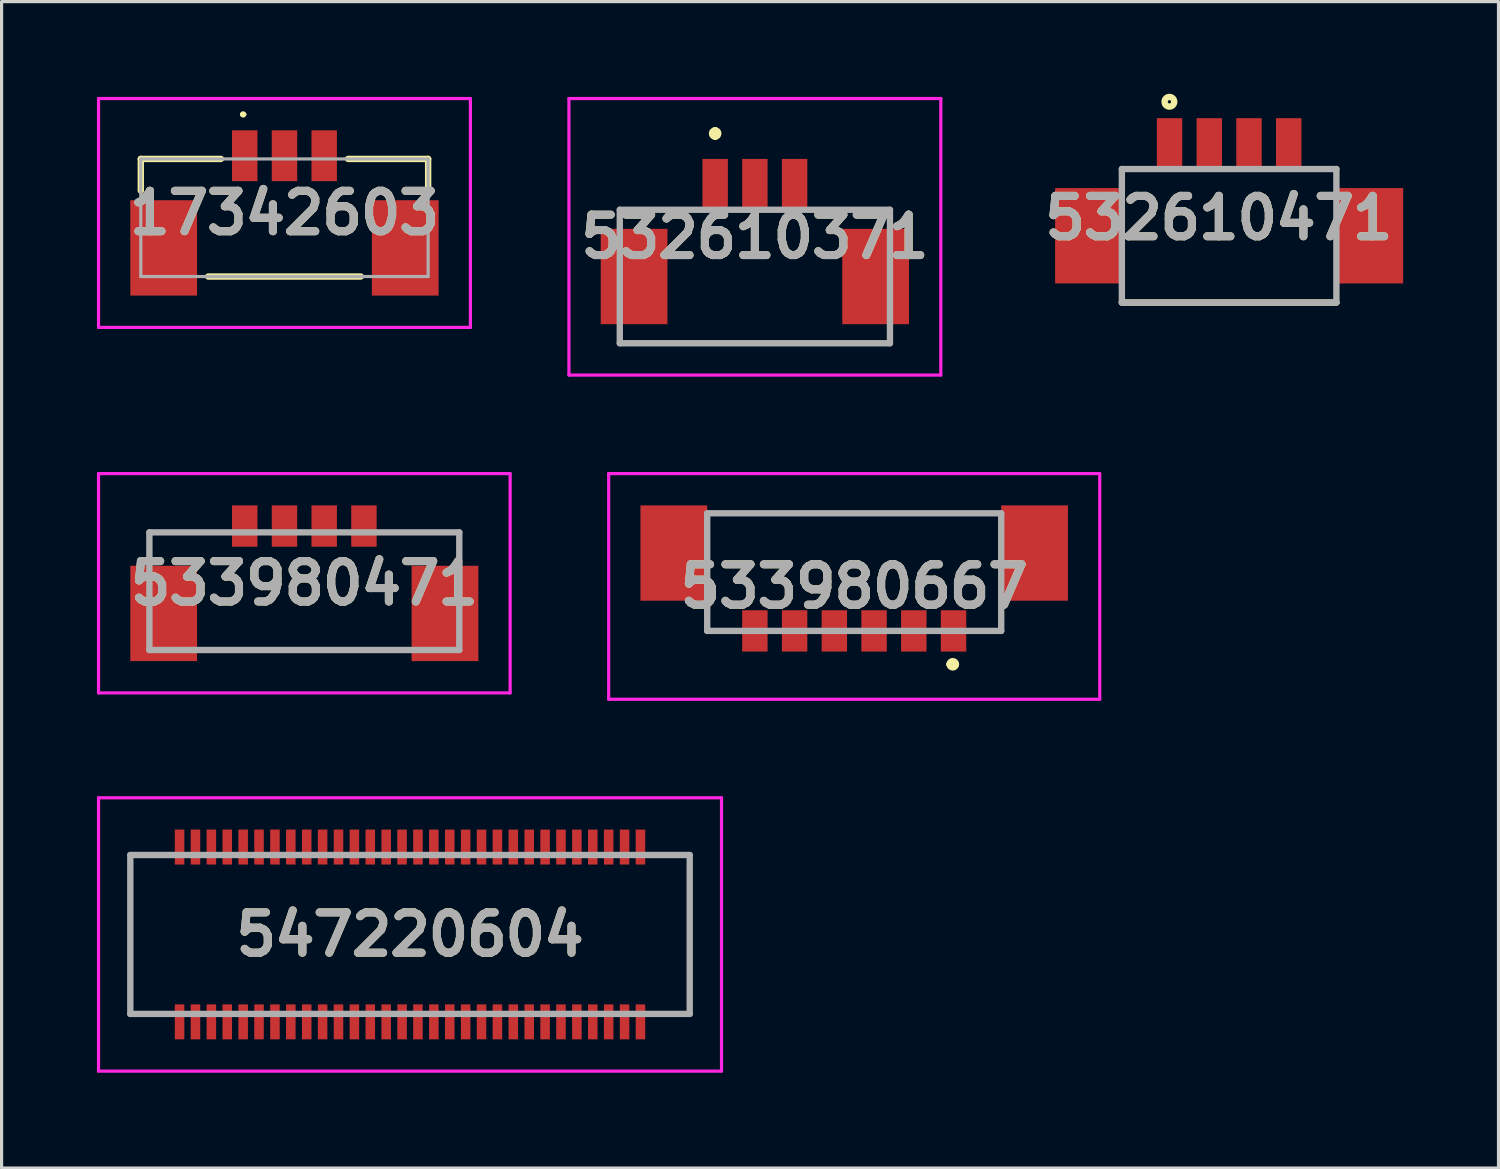
<source format=kicad_pcb>
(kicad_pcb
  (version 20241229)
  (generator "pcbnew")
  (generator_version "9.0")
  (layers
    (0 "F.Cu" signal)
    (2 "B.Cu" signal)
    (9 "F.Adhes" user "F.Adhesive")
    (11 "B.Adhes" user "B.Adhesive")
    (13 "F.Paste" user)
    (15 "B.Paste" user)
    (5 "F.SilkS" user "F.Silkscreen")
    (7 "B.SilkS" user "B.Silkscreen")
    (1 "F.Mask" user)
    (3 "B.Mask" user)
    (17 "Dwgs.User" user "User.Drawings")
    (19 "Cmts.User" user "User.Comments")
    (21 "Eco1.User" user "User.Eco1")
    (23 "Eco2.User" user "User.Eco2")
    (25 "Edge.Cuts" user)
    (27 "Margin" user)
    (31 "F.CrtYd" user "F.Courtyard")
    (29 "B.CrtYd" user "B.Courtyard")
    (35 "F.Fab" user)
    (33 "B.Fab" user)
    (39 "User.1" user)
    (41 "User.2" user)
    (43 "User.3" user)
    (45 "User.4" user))
  (footprint "532610371"
    (layer "F.Cu")
    (at 20.7 5.65)
    (property "Reference" "532610371" (at 0 -1.25 0) (layer "F.SilkS") (effects (font (size 1.27 1.27) (thickness 0.254))))
    (attr smd)
    (fp_line (start -4.25 2.1) (end 4.25 2.1) (stroke (width 0.1) (type solid)) (layer "F.SilkS"))
    (fp_line (start -1.25 -4.6) (end -1.25 -4.6) (stroke (width 0.2) (type solid)) (layer "F.SilkS"))
    (fp_line (start -1.25 -4.4) (end -1.25 -4.4) (stroke (width 0.2) (type solid)) (layer "F.SilkS"))
    (fp_arc (start -1.25 -4.6) (mid -1.15 -4.5) (end -1.25 -4.4) (stroke (width 0.2) (type solid)) (layer "F.SilkS"))
    (fp_arc (start -1.25 -4.4) (mid -1.35 -4.5) (end -1.25 -4.6) (stroke (width 0.2) (type solid)) (layer "F.SilkS"))
    (fp_line (start -5.85 -5.6) (end 5.85 -5.6) (stroke (width 0.1) (type solid)) (layer "F.CrtYd"))
    (fp_line (start -5.85 3.1) (end -5.85 -5.6) (stroke (width 0.1) (type solid)) (layer "F.CrtYd"))
    (fp_line (start 5.85 -5.6) (end 5.85 3.1) (stroke (width 0.1) (type solid)) (layer "F.CrtYd"))
    (fp_line (start 5.85 3.1) (end -5.85 3.1) (stroke (width 0.1) (type solid)) (layer "F.CrtYd"))
    (fp_line (start -4.25 -2.1) (end 4.25 -2.1) (stroke (width 0.2) (type solid)) (layer "F.Fab"))
    (fp_line (start -4.25 2.1) (end -4.25 -2.1) (stroke (width 0.2) (type solid)) (layer "F.Fab"))
    (fp_line (start 4.25 -2.1) (end 4.25 2.1) (stroke (width 0.2) (type solid)) (layer "F.Fab"))
    (fp_line (start 4.25 2.1) (end -4.25 2.1) (stroke (width 0.2) (type solid)) (layer "F.Fab"))
    (fp_text user "${REFERENCE}" (at 0 -1.25 0) (layer "F.Fab") (effects (font (size 1.27 1.27) (thickness 0.254))))
    (pad "1" smd rect (at -1.25 -2.9) (size 0.8 1.6) (layers "F.Cu" "F.Mask" "F.Paste"))
    (pad "2" smd rect (at 0 -2.9) (size 0.8 1.6) (layers "F.Cu" "F.Mask" "F.Paste"))
    (pad "3" smd rect (at 1.25 -2.9) (size 0.8 1.6) (layers "F.Cu" "F.Mask" "F.Paste"))
    (pad "MP1" smd rect (at -3.8 0) (size 2.1 3) (layers "F.Cu" "F.Mask" "F.Paste"))
    (pad "MP2" smd rect (at 3.8 0) (size 2.1 3) (layers "F.Cu" "F.Mask" "F.Paste")))
  (footprint "533980471"
    (layer "F.Cu")
    (at 6.525 13.7)
    (property "Reference" "533980471" (at 0 1.6 0) (layer "F.SilkS") (effects (font (size 1.27 1.27) (thickness 0.254))))
    (attr smd)
    (fp_line (start -4.875 0) (end -4.875 0.5) (stroke (width 0.1) (type solid)) (layer "F.SilkS"))
    (fp_line (start -3 3.7) (end 3 3.7) (stroke (width 0.1) (type solid)) (layer "F.SilkS"))
    (fp_line (start -2.5 0) (end -4.875 0) (stroke (width 0.1) (type solid)) (layer "F.SilkS"))
    (fp_line (start 2.5 0) (end 4.875 0) (stroke (width 0.1) (type solid)) (layer "F.SilkS"))
    (fp_line (start 4.875 0) (end 4.875 0.5) (stroke (width 0.1) (type solid)) (layer "F.SilkS"))
    (fp_line (start -6.475 -1.85) (end 6.475 -1.85) (stroke (width 0.1) (type solid)) (layer "F.CrtYd"))
    (fp_line (start -6.475 5.05) (end -6.475 -1.85) (stroke (width 0.1) (type solid)) (layer "F.CrtYd"))
    (fp_line (start 6.475 -1.85) (end 6.475 5.05) (stroke (width 0.1) (type solid)) (layer "F.CrtYd"))
    (fp_line (start 6.475 5.05) (end -6.475 5.05) (stroke (width 0.1) (type solid)) (layer "F.CrtYd"))
    (fp_line (start -4.875 0) (end 4.875 0) (stroke (width 0.2) (type solid)) (layer "F.Fab"))
    (fp_line (start -4.875 3.7) (end -4.875 0) (stroke (width 0.2) (type solid)) (layer "F.Fab"))
    (fp_line (start 4.875 0) (end 4.875 3.7) (stroke (width 0.2) (type solid)) (layer "F.Fab"))
    (fp_line (start 4.875 3.7) (end -4.875 3.7) (stroke (width 0.2) (type solid)) (layer "F.Fab"))
    (fp_text user "${REFERENCE}" (at 0 1.6 0) (layer "F.Fab") (effects (font (size 1.27 1.27) (thickness 0.254))))
    (pad "1" smd rect (at -1.875 -0.2) (size 0.8 1.3) (layers "F.Cu" "F.Mask" "F.Paste"))
    (pad "2" smd rect (at -0.625 -0.2) (size 0.8 1.3) (layers "F.Cu" "F.Mask" "F.Paste"))
    (pad "3" smd rect (at 0.625 -0.2) (size 0.8 1.3) (layers "F.Cu" "F.Mask" "F.Paste"))
    (pad "4" smd rect (at 1.875 -0.2) (size 0.8 1.3) (layers "F.Cu" "F.Mask" "F.Paste"))
    (pad "MP1" smd rect (at -4.425 2.55) (size 2.1 3) (layers "F.Cu" "F.Mask" "F.Paste"))
    (pad "MP2" smd rect (at 4.425 2.55) (size 2.1 3) (layers "F.Cu" "F.Mask" "F.Paste")))
  (footprint "533980667"
    (layer "F.Cu")
    (at 23.825 14.95)
    (property "Reference" "533980667" (at 0 0.45 0) (layer "F.SilkS") (effects (font (size 1.27 1.27) (thickness 0.254))))
    (attr smd)
    (fp_line (start -4.625 1.85) (end -4.625 1.35) (stroke (width 0.1) (type solid)) (layer "F.SilkS"))
    (fp_line (start -4 -1.85) (end 4 -1.85) (stroke (width 0.1) (type solid)) (layer "F.SilkS"))
    (fp_line (start -4 1.85) (end -4.625 1.85) (stroke (width 0.1) (type solid)) (layer "F.SilkS"))
    (fp_line (start 3 2.9) (end 3 2.9) (stroke (width 0.2) (type solid)) (layer "F.SilkS"))
    (fp_line (start 3.2 2.9) (end 3.2 2.9) (stroke (width 0.2) (type solid)) (layer "F.SilkS"))
    (fp_line (start 4 1.85) (end 4.625 1.85) (stroke (width 0.1) (type solid)) (layer "F.SilkS"))
    (fp_line (start 4.625 1.85) (end 4.625 1.35) (stroke (width 0.1) (type solid)) (layer "F.SilkS"))
    (fp_arc (start 3 2.9) (mid 3.1 2.8) (end 3.2 2.9) (stroke (width 0.2) (type solid)) (layer "F.SilkS"))
    (fp_arc (start 3.2 2.9) (mid 3.1 3) (end 3 2.9) (stroke (width 0.2) (type solid)) (layer "F.SilkS"))
    (fp_line (start -7.725 -3.1) (end 7.725 -3.1) (stroke (width 0.1) (type solid)) (layer "F.CrtYd"))
    (fp_line (start -7.725 4) (end -7.725 -3.1) (stroke (width 0.1) (type solid)) (layer "F.CrtYd"))
    (fp_line (start 7.725 -3.1) (end 7.725 4) (stroke (width 0.1) (type solid)) (layer "F.CrtYd"))
    (fp_line (start 7.725 4) (end -7.725 4) (stroke (width 0.1) (type solid)) (layer "F.CrtYd"))
    (fp_line (start -4.625 -1.85) (end 4.625 -1.85) (stroke (width 0.2) (type solid)) (layer "F.Fab"))
    (fp_line (start -4.625 1.85) (end -4.625 -1.85) (stroke (width 0.2) (type solid)) (layer "F.Fab"))
    (fp_line (start 4.625 -1.85) (end 4.625 1.85) (stroke (width 0.2) (type solid)) (layer "F.Fab"))
    (fp_line (start 4.625 1.85) (end -4.625 1.85) (stroke (width 0.2) (type solid)) (layer "F.Fab"))
    (fp_text user "${REFERENCE}" (at 0 0.45 0) (layer "F.Fab") (effects (font (size 1.27 1.27) (thickness 0.254))))
    (pad "1" smd rect (at 3.125 1.85) (size 0.8 1.3) (layers "F.Cu" "F.Mask" "F.Paste"))
    (pad "2" smd rect (at 1.875 1.85) (size 0.8 1.3) (layers "F.Cu" "F.Mask" "F.Paste"))
    (pad "3" smd rect (at 0.625 1.85) (size 0.8 1.3) (layers "F.Cu" "F.Mask" "F.Paste"))
    (pad "4" smd rect (at -0.625 1.85) (size 0.8 1.3) (layers "F.Cu" "F.Mask" "F.Paste"))
    (pad "5" smd rect (at -1.875 1.85) (size 0.8 1.3) (layers "F.Cu" "F.Mask" "F.Paste"))
    (pad "6" smd rect (at -3.125 1.85) (size 0.8 1.3) (layers "F.Cu" "F.Mask" "F.Paste"))
    (pad "MP1" smd rect (at -5.675 -0.6) (size 2.1 3) (layers "F.Cu" "F.Mask" "F.Paste"))
    (pad "MP2" smd rect (at 5.675 -0.6) (size 2.1 3) (layers "F.Cu" "F.Mask" "F.Paste")))
  (footprint "17342603"
    (layer "F.Cu")
    (at 5.9 3.75)
    (property "Reference" "17342603" (at 0 -0.1 0) (layer "F.SilkS") (effects (font (size 1.27 1.27) (thickness 0.254))))
    (attr smd)
    (fp_line (start -4.52 -1.8) (end -4.52 -0.8) (stroke (width 0.2) (type solid)) (layer "F.SilkS"))
    (fp_line (start -2.4 1.9) (end 2.4 1.9) (stroke (width 0.2) (type solid)) (layer "F.SilkS"))
    (fp_line (start -2 -1.8) (end -4.52 -1.8) (stroke (width 0.2) (type solid)) (layer "F.SilkS"))
    (fp_line (start -1.35 -3.2) (end -1.35 -3.2) (stroke (width 0.1) (type solid)) (layer "F.SilkS"))
    (fp_line (start -1.25 -3.2) (end -1.25 -3.2) (stroke (width 0.1) (type solid)) (layer "F.SilkS"))
    (fp_line (start 2 -1.8) (end 4.52 -1.8) (stroke (width 0.2) (type solid)) (layer "F.SilkS"))
    (fp_line (start 4.52 -1.8) (end 4.52 -0.8) (stroke (width 0.2) (type solid)) (layer "F.SilkS"))
    (fp_arc (start -1.35 -3.2) (mid -1.3 -3.25) (end -1.25 -3.2) (stroke (width 0.1) (type solid)) (layer "F.SilkS"))
    (fp_arc (start -1.25 -3.2) (mid -1.3 -3.15) (end -1.35 -3.2) (stroke (width 0.1) (type solid)) (layer "F.SilkS"))
    (fp_line (start -5.85 -3.7) (end 5.85 -3.7) (stroke (width 0.1) (type solid)) (layer "F.CrtYd"))
    (fp_line (start -5.85 3.5) (end -5.85 -3.7) (stroke (width 0.1) (type solid)) (layer "F.CrtYd"))
    (fp_line (start 5.85 -3.7) (end 5.85 3.5) (stroke (width 0.1) (type solid)) (layer "F.CrtYd"))
    (fp_line (start 5.85 3.5) (end -5.85 3.5) (stroke (width 0.1) (type solid)) (layer "F.CrtYd"))
    (fp_line (start -4.52 -1.8) (end 4.52 -1.8) (stroke (width 0.1) (type solid)) (layer "F.Fab"))
    (fp_line (start -4.52 1.9) (end -4.52 -1.8) (stroke (width 0.1) (type solid)) (layer "F.Fab"))
    (fp_line (start 4.52 -1.8) (end 4.52 1.9) (stroke (width 0.1) (type solid)) (layer "F.Fab"))
    (fp_line (start 4.52 1.9) (end -4.52 1.9) (stroke (width 0.1) (type solid)) (layer "F.Fab"))
    (fp_text user "${REFERENCE}" (at 0 -0.1 0) (layer "F.Fab") (effects (font (size 1.27 1.27) (thickness 0.254))))
    (pad "1" smd rect (at -1.25 -1.9) (size 0.8 1.6) (layers "F.Cu" "F.Mask" "F.Paste"))
    (pad "2" smd rect (at 0 -1.9) (size 0.8 1.6) (layers "F.Cu" "F.Mask" "F.Paste"))
    (pad "3" smd rect (at 1.25 -1.9) (size 0.8 1.6) (layers "F.Cu" "F.Mask" "F.Paste"))
    (pad "MP1" smd rect (at -3.8 1) (size 2.1 3) (layers "F.Cu" "F.Mask" "F.Paste"))
    (pad "MP2" smd rect (at 3.8 1) (size 2.1 3) (layers "F.Cu" "F.Mask" "F.Paste")))
  (footprint "547220604"
    (layer "F.Cu")
    (at 9.85 26.35)
    (property "Reference" "547220604" (at 0 0 0) (layer "F.SilkS") (effects (font (size 1.27 1.27) (thickness 0.254))))
    (attr smd)
    (fp_line (start -8.8 -2.5) (end -8 -2.5) (stroke (width 0.1) (type solid)) (layer "F.SilkS"))
    (fp_line (start -8.8 2.5) (end -8.8 -2.5) (stroke (width 0.1) (type solid)) (layer "F.SilkS"))
    (fp_line (start -8 2.5) (end -8.8 2.5) (stroke (width 0.1) (type solid)) (layer "F.SilkS"))
    (fp_line (start 8 2.5) (end 8.8 2.5) (stroke (width 0.1) (type solid)) (layer "F.SilkS"))
    (fp_line (start 8.8 -2.5) (end 8 -2.5) (stroke (width 0.1) (type solid)) (layer "F.SilkS"))
    (fp_line (start 8.8 2.5) (end 8.8 -2.5) (stroke (width 0.1) (type solid)) (layer "F.SilkS"))
    (fp_line (start -9.8 -4.3) (end 9.8 -4.3) (stroke (width 0.1) (type solid)) (layer "F.CrtYd"))
    (fp_line (start -9.8 4.3) (end -9.8 -4.3) (stroke (width 0.1) (type solid)) (layer "F.CrtYd"))
    (fp_line (start 9.8 -4.3) (end 9.8 4.3) (stroke (width 0.1) (type solid)) (layer "F.CrtYd"))
    (fp_line (start 9.8 4.3) (end -9.8 4.3) (stroke (width 0.1) (type solid)) (layer "F.CrtYd"))
    (fp_line (start -8.8 -2.5) (end 8.8 -2.5) (stroke (width 0.2) (type solid)) (layer "F.Fab"))
    (fp_line (start -8.8 2.5) (end -8.8 -2.5) (stroke (width 0.2) (type solid)) (layer "F.Fab"))
    (fp_line (start 8.8 -2.5) (end 8.8 2.5) (stroke (width 0.2) (type solid)) (layer "F.Fab"))
    (fp_line (start 8.8 2.5) (end -8.8 2.5) (stroke (width 0.2) (type solid)) (layer "F.Fab"))
    (fp_text user "${REFERENCE}" (at 0 0 0) (layer "F.Fab") (effects (font (size 1.27 1.27) (thickness 0.254))))
    (pad "1" smd rect (at -7.25 2.75) (size 0.3 1.1) (layers "F.Cu" "F.Mask" "F.Paste"))
    (pad "2" smd rect (at -7.25 -2.75) (size 0.3 1.1) (layers "F.Cu" "F.Mask" "F.Paste"))
    (pad "3" smd rect (at -6.75 2.75) (size 0.3 1.1) (layers "F.Cu" "F.Mask" "F.Paste"))
    (pad "4" smd rect (at -6.75 -2.75) (size 0.3 1.1) (layers "F.Cu" "F.Mask" "F.Paste"))
    (pad "5" smd rect (at -6.25 2.75) (size 0.3 1.1) (layers "F.Cu" "F.Mask" "F.Paste"))
    (pad "6" smd rect (at -6.25 -2.75) (size 0.3 1.1) (layers "F.Cu" "F.Mask" "F.Paste"))
    (pad "7" smd rect (at -5.75 2.75) (size 0.3 1.1) (layers "F.Cu" "F.Mask" "F.Paste"))
    (pad "8" smd rect (at -5.75 -2.75) (size 0.3 1.1) (layers "F.Cu" "F.Mask" "F.Paste"))
    (pad "9" smd rect (at -5.25 2.75) (size 0.3 1.1) (layers "F.Cu" "F.Mask" "F.Paste"))
    (pad "10" smd rect (at -5.25 -2.75) (size 0.3 1.1) (layers "F.Cu" "F.Mask" "F.Paste"))
    (pad "11" smd rect (at -4.75 2.75) (size 0.3 1.1) (layers "F.Cu" "F.Mask" "F.Paste"))
    (pad "12" smd rect (at -4.75 -2.75) (size 0.3 1.1) (layers "F.Cu" "F.Mask" "F.Paste"))
    (pad "13" smd rect (at -4.25 2.75) (size 0.3 1.1) (layers "F.Cu" "F.Mask" "F.Paste"))
    (pad "14" smd rect (at -4.25 -2.75) (size 0.3 1.1) (layers "F.Cu" "F.Mask" "F.Paste"))
    (pad "15" smd rect (at -3.75 2.75) (size 0.3 1.1) (layers "F.Cu" "F.Mask" "F.Paste"))
    (pad "16" smd rect (at -3.75 -2.75) (size 0.3 1.1) (layers "F.Cu" "F.Mask" "F.Paste"))
    (pad "17" smd rect (at -3.25 2.75) (size 0.3 1.1) (layers "F.Cu" "F.Mask" "F.Paste"))
    (pad "18" smd rect (at -3.25 -2.75) (size 0.3 1.1) (layers "F.Cu" "F.Mask" "F.Paste"))
    (pad "19" smd rect (at -2.75 2.75) (size 0.3 1.1) (layers "F.Cu" "F.Mask" "F.Paste"))
    (pad "20" smd rect (at -2.75 -2.75) (size 0.3 1.1) (layers "F.Cu" "F.Mask" "F.Paste"))
    (pad "21" smd rect (at -2.25 2.75) (size 0.3 1.1) (layers "F.Cu" "F.Mask" "F.Paste"))
    (pad "22" smd rect (at -2.25 -2.75) (size 0.3 1.1) (layers "F.Cu" "F.Mask" "F.Paste"))
    (pad "23" smd rect (at -1.75 2.75) (size 0.3 1.1) (layers "F.Cu" "F.Mask" "F.Paste"))
    (pad "24" smd rect (at -1.75 -2.75) (size 0.3 1.1) (layers "F.Cu" "F.Mask" "F.Paste"))
    (pad "25" smd rect (at -1.25 2.75) (size 0.3 1.1) (layers "F.Cu" "F.Mask" "F.Paste"))
    (pad "26" smd rect (at -1.25 -2.75) (size 0.3 1.1) (layers "F.Cu" "F.Mask" "F.Paste"))
    (pad "27" smd rect (at -0.75 2.75) (size 0.3 1.1) (layers "F.Cu" "F.Mask" "F.Paste"))
    (pad "28" smd rect (at -0.75 -2.75) (size 0.3 1.1) (layers "F.Cu" "F.Mask" "F.Paste"))
    (pad "29" smd rect (at -0.25 2.75) (size 0.3 1.1) (layers "F.Cu" "F.Mask" "F.Paste"))
    (pad "30" smd rect (at -0.25 -2.75) (size 0.3 1.1) (layers "F.Cu" "F.Mask" "F.Paste"))
    (pad "31" smd rect (at 0.25 2.75) (size 0.3 1.1) (layers "F.Cu" "F.Mask" "F.Paste"))
    (pad "32" smd rect (at 0.25 -2.75) (size 0.3 1.1) (layers "F.Cu" "F.Mask" "F.Paste"))
    (pad "33" smd rect (at 0.75 2.75) (size 0.3 1.1) (layers "F.Cu" "F.Mask" "F.Paste"))
    (pad "34" smd rect (at 0.75 -2.75) (size 0.3 1.1) (layers "F.Cu" "F.Mask" "F.Paste"))
    (pad "35" smd rect (at 1.25 2.75) (size 0.3 1.1) (layers "F.Cu" "F.Mask" "F.Paste"))
    (pad "36" smd rect (at 1.25 -2.75) (size 0.3 1.1) (layers "F.Cu" "F.Mask" "F.Paste"))
    (pad "37" smd rect (at 1.75 2.75) (size 0.3 1.1) (layers "F.Cu" "F.Mask" "F.Paste"))
    (pad "38" smd rect (at 1.75 -2.75) (size 0.3 1.1) (layers "F.Cu" "F.Mask" "F.Paste"))
    (pad "39" smd rect (at 2.25 2.75) (size 0.3 1.1) (layers "F.Cu" "F.Mask" "F.Paste"))
    (pad "40" smd rect (at 2.25 -2.75) (size 0.3 1.1) (layers "F.Cu" "F.Mask" "F.Paste"))
    (pad "41" smd rect (at 2.75 2.75) (size 0.3 1.1) (layers "F.Cu" "F.Mask" "F.Paste"))
    (pad "42" smd rect (at 2.75 -2.75) (size 0.3 1.1) (layers "F.Cu" "F.Mask" "F.Paste"))
    (pad "43" smd rect (at 3.25 2.75) (size 0.3 1.1) (layers "F.Cu" "F.Mask" "F.Paste"))
    (pad "44" smd rect (at 3.25 -2.75) (size 0.3 1.1) (layers "F.Cu" "F.Mask" "F.Paste"))
    (pad "45" smd rect (at 3.75 2.75) (size 0.3 1.1) (layers "F.Cu" "F.Mask" "F.Paste"))
    (pad "46" smd rect (at 3.75 -2.75) (size 0.3 1.1) (layers "F.Cu" "F.Mask" "F.Paste"))
    (pad "47" smd rect (at 4.25 2.75) (size 0.3 1.1) (layers "F.Cu" "F.Mask" "F.Paste"))
    (pad "48" smd rect (at 4.25 -2.75) (size 0.3 1.1) (layers "F.Cu" "F.Mask" "F.Paste"))
    (pad "49" smd rect (at 4.75 2.75) (size 0.3 1.1) (layers "F.Cu" "F.Mask" "F.Paste"))
    (pad "50" smd rect (at 4.75 -2.75) (size 0.3 1.1) (layers "F.Cu" "F.Mask" "F.Paste"))
    (pad "51" smd rect (at 5.25 2.75) (size 0.3 1.1) (layers "F.Cu" "F.Mask" "F.Paste"))
    (pad "52" smd rect (at 5.25 -2.75) (size 0.3 1.1) (layers "F.Cu" "F.Mask" "F.Paste"))
    (pad "53" smd rect (at 5.75 2.75) (size 0.3 1.1) (layers "F.Cu" "F.Mask" "F.Paste"))
    (pad "54" smd rect (at 5.75 -2.75) (size 0.3 1.1) (layers "F.Cu" "F.Mask" "F.Paste"))
    (pad "55" smd rect (at 6.25 2.75) (size 0.3 1.1) (layers "F.Cu" "F.Mask" "F.Paste"))
    (pad "56" smd rect (at 6.25 -2.75) (size 0.3 1.1) (layers "F.Cu" "F.Mask" "F.Paste"))
    (pad "57" smd rect (at 6.75 2.75) (size 0.3 1.1) (layers "F.Cu" "F.Mask" "F.Paste"))
    (pad "58" smd rect (at 6.75 -2.75) (size 0.3 1.1) (layers "F.Cu" "F.Mask" "F.Paste"))
    (pad "59" smd rect (at 7.25 2.75) (size 0.3 1.1) (layers "F.Cu" "F.Mask" "F.Paste"))
    (pad "60" smd rect (at 7.25 -2.75) (size 0.3 1.1) (layers "F.Cu" "F.Mask" "F.Paste")))
  (footprint "532610471"
    (layer "F.Cu")
    (at 35.621 2.268)
    (property "Reference" "532610471" (at -0.324 1.541 0) (layer "F.SilkS") (effects (font (size 1.27 1.27) (thickness 0.254))))
    (attr smd)
    (fp_line (start -3.375 4.2) (end 3.375 4.2) (stroke (width 0.2) (type solid)) (layer "F.SilkS"))
    (fp_circle (center -1.879 -2.116) (end -1.879 -2.064) (stroke (width 0.2) (type solid)) (fill no) (layer "F.SilkS"))
    (fp_line (start -3.375 0) (end 3.375 0) (stroke (width 0.2) (type solid)) (layer "F.Fab"))
    (fp_line (start -3.375 4.2) (end -3.375 0) (stroke (width 0.2) (type solid)) (layer "F.Fab"))
    (fp_line (start 3.375 0) (end 3.375 4.2) (stroke (width 0.2) (type solid)) (layer "F.Fab"))
    (fp_line (start 3.375 4.2) (end -3.375 4.2) (stroke (width 0.2) (type solid)) (layer "F.Fab"))
    (fp_text user "${REFERENCE}" (at -0.324 1.541 0) (layer "F.Fab") (effects (font (size 1.27 1.27) (thickness 0.254))))
    (pad "1" smd rect (at -1.875 -0.8) (size 0.8 1.6) (layers "F.Cu" "F.Mask" "F.Paste"))
    (pad "2" smd rect (at -0.625 -0.8) (size 0.8 1.6) (layers "F.Cu" "F.Mask" "F.Paste"))
    (pad "3" smd rect (at 0.625 -0.8) (size 0.8 1.6) (layers "F.Cu" "F.Mask" "F.Paste"))
    (pad "4" smd rect (at 1.875 -0.8) (size 0.8 1.6) (layers "F.Cu" "F.Mask" "F.Paste"))
    (pad "MP1" smd rect (at 4.425 2.1) (size 2.1 3) (layers "F.Cu" "F.Mask" "F.Paste"))
    (pad "MP2" smd rect (at -4.425 2.1) (size 2.1 3) (layers "F.Cu" "F.Mask" "F.Paste")))
  (gr_rect
    (start -3 -3)
    (end 44.096 33.7)
    (stroke (width 0.1) (type default))
    (fill no)
    (layer "Edge.Cuts")))
</source>
